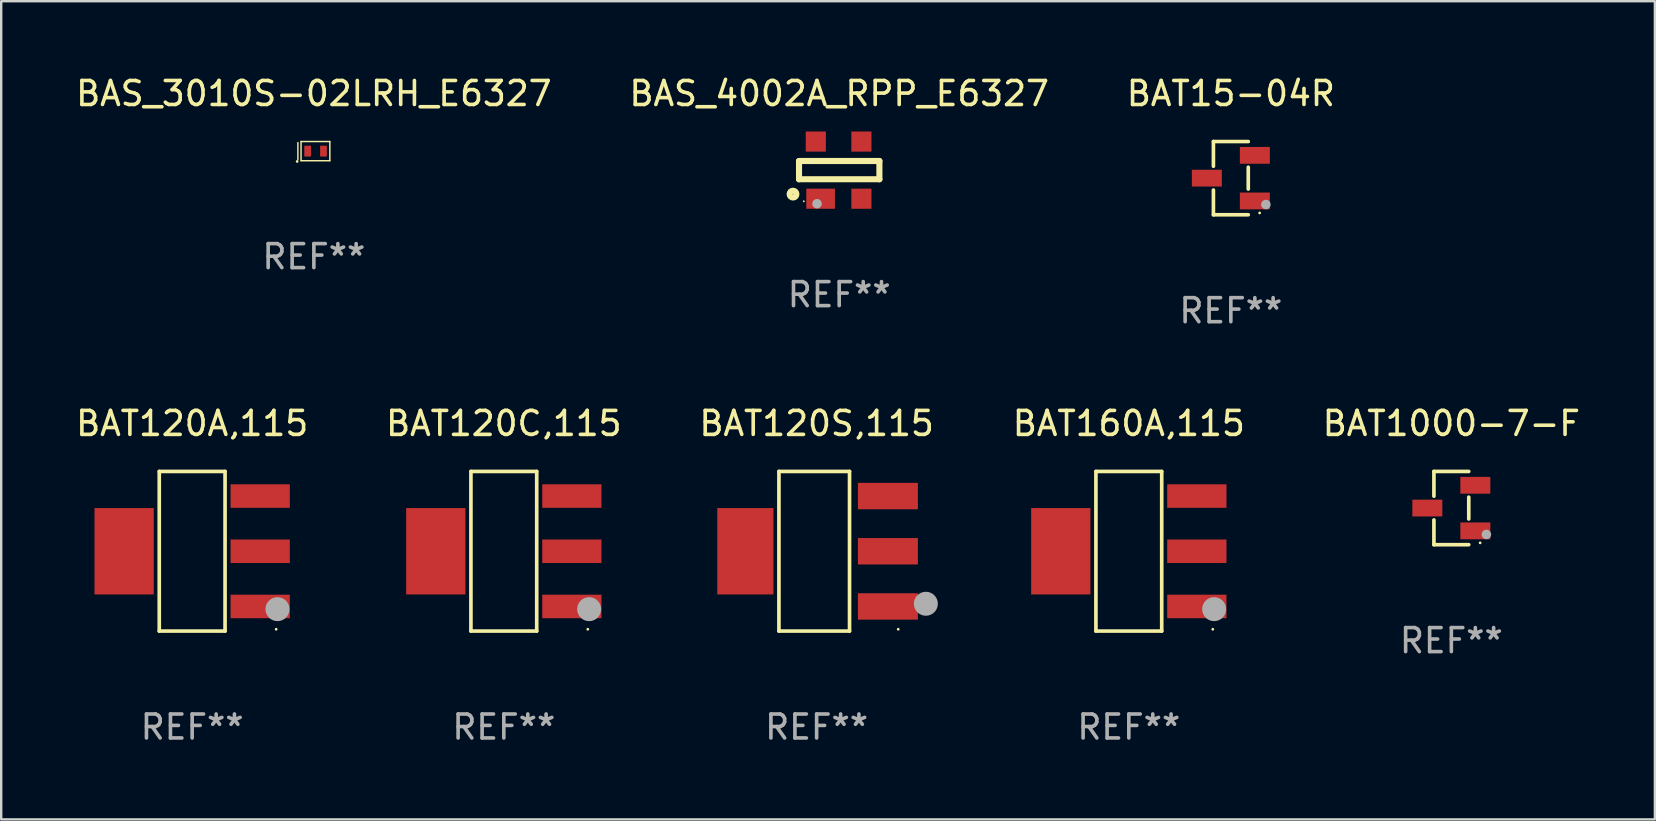
<source format=kicad_pcb>
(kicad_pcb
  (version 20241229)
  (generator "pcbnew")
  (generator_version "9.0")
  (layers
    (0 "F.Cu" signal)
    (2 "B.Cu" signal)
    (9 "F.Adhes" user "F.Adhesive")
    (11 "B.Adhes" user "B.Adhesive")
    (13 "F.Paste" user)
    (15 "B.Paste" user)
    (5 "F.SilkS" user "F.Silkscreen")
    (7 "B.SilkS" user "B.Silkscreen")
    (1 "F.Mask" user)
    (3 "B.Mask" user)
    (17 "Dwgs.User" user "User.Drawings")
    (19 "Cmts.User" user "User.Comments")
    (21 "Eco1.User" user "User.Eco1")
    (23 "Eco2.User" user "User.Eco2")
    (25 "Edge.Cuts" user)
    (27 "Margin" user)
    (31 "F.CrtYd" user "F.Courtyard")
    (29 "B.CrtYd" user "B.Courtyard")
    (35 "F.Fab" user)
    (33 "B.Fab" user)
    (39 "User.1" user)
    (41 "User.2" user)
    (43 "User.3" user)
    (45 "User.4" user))
  (footprint "BAT120C,115"
    (layer "F.Cu")
    (at 17.946 19.923)
    (property "Reference" "BAT120C,115" (at 0 -5.326 0) (layer "F.SilkS") (effects (font (size 1 1) (thickness 0.15))))
    (attr through_hole)
    (fp_line (start -1.371 -3.326) (end 1.371 -3.326) (stroke (width 0.152) (type solid)) (layer "F.SilkS"))
    (fp_line (start -1.371 3.326) (end -1.371 -3.326) (stroke (width 0.152) (type solid)) (layer "F.SilkS"))
    (fp_line (start 1.371 -3.326) (end 1.371 3.326) (stroke (width 0.152) (type solid)) (layer "F.SilkS"))
    (fp_line (start 1.371 3.326) (end -1.371 3.326) (stroke (width 0.152) (type solid)) (layer "F.SilkS"))
    (fp_circle (center 3.5 3.25) (end 3.53 3.25) (stroke (width 0.06) (type solid)) (fill no) (layer "F.SilkS"))
    (fp_circle (center 3.556 2.413) (end 3.806 2.413) (stroke (width 0.5) (type solid)) (fill no) (layer "F.Fab"))
    (fp_text user "REF**" (at 0 7.326 0) (layer "F.Fab") (effects (font (size 1 1) (thickness 0.15))))
    (pad "1" smd rect (at 2.835 2.3) (size 2.47 0.98) (layers "F.Cu" "F.Mask" "F.Paste"))
    (pad "2" smd rect (at 2.835 0) (size 2.47 0.98) (layers "F.Cu" "F.Mask" "F.Paste"))
    (pad "3" smd rect (at 2.835 -2.3) (size 2.47 0.98) (layers "F.Cu" "F.Mask" "F.Paste"))
    (pad "4" smd rect (at -2.835 0) (size 2.47 3.6) (layers "F.Cu" "F.Mask" "F.Paste")))
  (footprint "BAS_4002A_RPP_E6327"
    (layer "F.Cu")
    (at 31.923 4.04)
    (property "Reference" "BAS_4002A_RPP_E6327" (at 0 -3.191 0) (layer "F.SilkS") (effects (font (size 1 1) (thickness 0.15))))
    (attr through_hole)
    (fp_line (start -1.675 -0.38) (end -1.675 0.38) (stroke (width 0.254) (type solid)) (layer "F.SilkS"))
    (fp_line (start -1.675 -0.38) (end 1.675 -0.38) (stroke (width 0.254) (type solid)) (layer "F.SilkS"))
    (fp_line (start -1.675 0.38) (end 1.675 0.38) (stroke (width 0.254) (type solid)) (layer "F.SilkS"))
    (fp_line (start 1.675 -0.38) (end 1.675 0.38) (stroke (width 0.254) (type solid)) (layer "F.SilkS"))
    (fp_circle (center -1.925 1) (end -1.783 1) (stroke (width 0.254) (type solid)) (fill no) (layer "F.SilkS"))
    (fp_circle (center -1.475 1.3) (end -1.455 1.3) (stroke (width 0.04) (type solid)) (fill no) (layer "F.SilkS"))
    (fp_circle (center -0.925 1.4) (end -0.825 1.4) (stroke (width 0.2) (type solid)) (fill no) (layer "F.Fab"))
    (fp_text user "REF**" (at 0 5.191 0) (layer "F.Fab") (effects (font (size 1 1) (thickness 0.15))))
    (pad "1" smd rect (at -0.775 1.191) (size 1.194 0.838) (layers "F.Cu" "F.Mask" "F.Paste"))
    (pad "2" smd rect (at 0.925 1.191) (size 0.838 0.838) (layers "F.Cu" "F.Mask" "F.Paste"))
    (pad "3" smd rect (at 0.925 -1.191) (size 0.838 0.838) (layers "F.Cu" "F.Mask" "F.Paste"))
    (pad "4" smd rect (at -0.975 -1.191) (size 0.838 0.838) (layers "F.Cu" "F.Mask" "F.Paste")))
  (footprint "BAT120S,115"
    (layer "F.Cu")
    (at 30.982 19.923)
    (property "Reference" "BAT120S,115" (at 0 -5.326 0) (layer "F.SilkS") (effects (font (size 1 1) (thickness 0.15))))
    (attr through_hole)
    (fp_line (start -1.571 -3.326) (end 1.371 -3.326) (stroke (width 0.152) (type solid)) (layer "F.SilkS"))
    (fp_line (start -1.571 3.326) (end -1.571 -3.326) (stroke (width 0.152) (type solid)) (layer "F.SilkS"))
    (fp_line (start 1.371 -3.326) (end 1.371 3.326) (stroke (width 0.152) (type solid)) (layer "F.SilkS"))
    (fp_line (start 1.371 3.326) (end -1.571 3.326) (stroke (width 0.152) (type solid)) (layer "F.SilkS"))
    (fp_circle (center 3.4 3.25) (end 3.43 3.25) (stroke (width 0.06) (type solid)) (fill no) (layer "F.SilkS"))
    (fp_circle (center 4.552 2.188) (end 4.802 2.188) (stroke (width 0.5) (type solid)) (fill no) (layer "F.Fab"))
    (fp_text user "REF**" (at 0 7.326 0) (layer "F.Fab") (effects (font (size 1 1) (thickness 0.15))))
    (pad "1" smd rect (at 2.97 2.3) (size 2.5 1.1) (layers "F.Cu" "F.Mask" "F.Paste"))
    (pad "2" smd rect (at 2.97 0) (size 2.5 1.1) (layers "F.Cu" "F.Mask" "F.Paste"))
    (pad "3" smd rect (at 2.97 -2.3) (size 2.5 1.1) (layers "F.Cu" "F.Mask" "F.Paste"))
    (pad "4" smd rect (at -2.97 0) (size 2.34 3.6) (layers "F.Cu" "F.Mask" "F.Paste")))
  (footprint "BAT15-04R"
    (layer "F.Cu")
    (at 48.244 4.374)
    (property "Reference" "BAT15-04R" (at 0 -3.526 0) (layer "F.SilkS") (effects (font (size 1 1) (thickness 0.15))))
    (attr through_hole)
    (fp_line (start -0.726 -1.526) (end -0.726 -0.495) (stroke (width 0.152) (type solid)) (layer "F.SilkS"))
    (fp_line (start -0.726 1.526) (end -0.726 0.495) (stroke (width 0.152) (type solid)) (layer "F.SilkS"))
    (fp_line (start 0.726 -1.526) (end -0.726 -1.526) (stroke (width 0.152) (type solid)) (layer "F.SilkS"))
    (fp_line (start 0.726 -0.455) (end 0.726 0.455) (stroke (width 0.152) (type solid)) (layer "F.SilkS"))
    (fp_line (start 0.726 1.526) (end -0.726 1.526) (stroke (width 0.152) (type solid)) (layer "F.SilkS"))
    (fp_circle (center 1.2 1.45) (end 1.23 1.45) (stroke (width 0.06) (type solid)) (fill no) (layer "F.SilkS"))
    (fp_circle (center 1.46 1.1) (end 1.56 1.1) (stroke (width 0.2) (type solid)) (fill no) (layer "F.Fab"))
    (fp_text user "REF**" (at 0 5.526 0) (layer "F.Fab") (effects (font (size 1 1) (thickness 0.15))))
    (pad "1" smd rect (at 1 0.95) (size 1.25 0.7) (layers "F.Cu" "F.Mask" "F.Paste"))
    (pad "2" smd rect (at 1 -0.95) (size 1.25 0.7) (layers "F.Cu" "F.Mask" "F.Paste"))
    (pad "3" smd rect (at -1 0) (size 1.25 0.7) (layers "F.Cu" "F.Mask" "F.Paste")))
  (footprint "BAT120A,115"
    (layer "F.Cu")
    (at 4.958 19.923)
    (property "Reference" "BAT120A,115" (at 0 -5.326 0) (layer "F.SilkS") (effects (font (size 1 1) (thickness 0.15))))
    (attr through_hole)
    (fp_line (start -1.371 -3.326) (end 1.371 -3.326) (stroke (width 0.152) (type solid)) (layer "F.SilkS"))
    (fp_line (start -1.371 3.326) (end -1.371 -3.326) (stroke (width 0.152) (type solid)) (layer "F.SilkS"))
    (fp_line (start 1.371 -3.326) (end 1.371 3.326) (stroke (width 0.152) (type solid)) (layer "F.SilkS"))
    (fp_line (start 1.371 3.326) (end -1.371 3.326) (stroke (width 0.152) (type solid)) (layer "F.SilkS"))
    (fp_circle (center 3.5 3.25) (end 3.53 3.25) (stroke (width 0.06) (type solid)) (fill no) (layer "F.SilkS"))
    (fp_circle (center 3.556 2.413) (end 3.806 2.413) (stroke (width 0.5) (type solid)) (fill no) (layer "F.Fab"))
    (fp_text user "REF**" (at 0 7.326 0) (layer "F.Fab") (effects (font (size 1 1) (thickness 0.15))))
    (pad "1" smd rect (at 2.835 2.3) (size 2.47 0.98) (layers "F.Cu" "F.Mask" "F.Paste"))
    (pad "2" smd rect (at 2.835 0) (size 2.47 0.98) (layers "F.Cu" "F.Mask" "F.Paste"))
    (pad "3" smd rect (at 2.835 -2.3) (size 2.47 0.98) (layers "F.Cu" "F.Mask" "F.Paste"))
    (pad "4" smd rect (at -2.835 0) (size 2.47 3.6) (layers "F.Cu" "F.Mask" "F.Paste")))
  (footprint "BAT1000-7-F"
    (layer "F.Cu")
    (at 57.433 18.123)
    (property "Reference" "BAT1000-7-F" (at 0 -3.526 0) (layer "F.SilkS") (effects (font (size 1 1) (thickness 0.15))))
    (attr through_hole)
    (fp_line (start -0.726 -1.526) (end -0.726 -0.495) (stroke (width 0.152) (type solid)) (layer "F.SilkS"))
    (fp_line (start -0.726 1.526) (end -0.726 0.495) (stroke (width 0.152) (type solid)) (layer "F.SilkS"))
    (fp_line (start 0.726 -1.526) (end -0.726 -1.526) (stroke (width 0.152) (type solid)) (layer "F.SilkS"))
    (fp_line (start 0.726 -0.455) (end 0.726 0.455) (stroke (width 0.152) (type solid)) (layer "F.SilkS"))
    (fp_line (start 0.726 1.526) (end -0.726 1.526) (stroke (width 0.152) (type solid)) (layer "F.SilkS"))
    (fp_circle (center 1.2 1.45) (end 1.23 1.45) (stroke (width 0.06) (type solid)) (fill no) (layer "F.SilkS"))
    (fp_circle (center 1.46 1.1) (end 1.56 1.1) (stroke (width 0.2) (type solid)) (fill no) (layer "F.Fab"))
    (fp_text user "REF**" (at 0 5.526 0) (layer "F.Fab") (effects (font (size 1 1) (thickness 0.15))))
    (pad "1" smd rect (at 1 0.95) (size 1.25 0.7) (layers "F.Cu" "F.Mask" "F.Paste"))
    (pad "2" smd rect (at 1 -0.95) (size 1.25 0.7) (layers "F.Cu" "F.Mask" "F.Paste"))
    (pad "3" smd rect (at -1 0) (size 1.25 0.7) (layers "F.Cu" "F.Mask" "F.Paste")))
  (footprint "BAT160A,115"
    (layer "F.Cu")
    (at 43.992 19.923)
    (property "Reference" "BAT160A,115" (at 0 -5.326 0) (layer "F.SilkS") (effects (font (size 1 1) (thickness 0.15))))
    (attr through_hole)
    (fp_line (start -1.371 -3.326) (end 1.371 -3.326) (stroke (width 0.152) (type solid)) (layer "F.SilkS"))
    (fp_line (start -1.371 3.326) (end -1.371 -3.326) (stroke (width 0.152) (type solid)) (layer "F.SilkS"))
    (fp_line (start 1.371 -3.326) (end 1.371 3.326) (stroke (width 0.152) (type solid)) (layer "F.SilkS"))
    (fp_line (start 1.371 3.326) (end -1.371 3.326) (stroke (width 0.152) (type solid)) (layer "F.SilkS"))
    (fp_circle (center 3.5 3.25) (end 3.53 3.25) (stroke (width 0.06) (type solid)) (fill no) (layer "F.SilkS"))
    (fp_circle (center 3.556 2.413) (end 3.806 2.413) (stroke (width 0.5) (type solid)) (fill no) (layer "F.Fab"))
    (fp_text user "REF**" (at 0 7.326 0) (layer "F.Fab") (effects (font (size 1 1) (thickness 0.15))))
    (pad "1" smd rect (at 2.835 2.3) (size 2.47 0.98) (layers "F.Cu" "F.Mask" "F.Paste"))
    (pad "2" smd rect (at 2.835 0) (size 2.47 0.98) (layers "F.Cu" "F.Mask" "F.Paste"))
    (pad "3" smd rect (at 2.835 -2.3) (size 2.47 0.98) (layers "F.Cu" "F.Mask" "F.Paste"))
    (pad "4" smd rect (at -2.835 0) (size 2.47 3.6) (layers "F.Cu" "F.Mask" "F.Paste")))
  (footprint "BAS_3010S-02LRH_E6327"
    (layer "F.Cu")
    (at 10.03 3.248)
    (property "Reference" "BAS_3010S-02LRH_E6327" (at 0 -2.4 0) (layer "F.SilkS") (effects (font (size 1 1) (thickness 0.15))))
    (attr through_hole)
    (fp_line (start -0.666 -0.356) (end -0.666 0.356) (stroke (width 0.06) (type solid)) (layer "F.SilkS"))
    (fp_line (start -0.534 -0.4) (end 0.666 -0.4) (stroke (width 0.06) (type solid)) (layer "F.SilkS"))
    (fp_line (start -0.534 0.4) (end -0.534 -0.4) (stroke (width 0.06) (type solid)) (layer "F.SilkS"))
    (fp_line (start 0.666 -0.4) (end 0.666 0.4) (stroke (width 0.06) (type solid)) (layer "F.SilkS"))
    (fp_line (start 0.666 0.4) (end -0.534 0.4) (stroke (width 0.06) (type solid)) (layer "F.SilkS"))
    (fp_circle (center -0.696 0.43) (end -0.666 0.43) (stroke (width 0.06) (type solid)) (fill no) (layer "F.SilkS"))
    (fp_text user "REF**" (at 0 4.4 0) (layer "F.Fab") (effects (font (size 1 1) (thickness 0.15))))
    (pad "1" smd rect (at -0.259 0) (size 0.28 0.45) (layers "F.Cu" "F.Mask" "F.Paste"))
    (pad "2" smd rect (at 0.401 0) (size 0.28 0.45) (layers "F.Cu" "F.Mask" "F.Paste")))
  (gr_rect
    (start -3 -3)
    (end 65.915 31.098)
    (stroke (width 0.1) (type default))
    (fill no)
    (layer "Edge.Cuts")))
</source>
